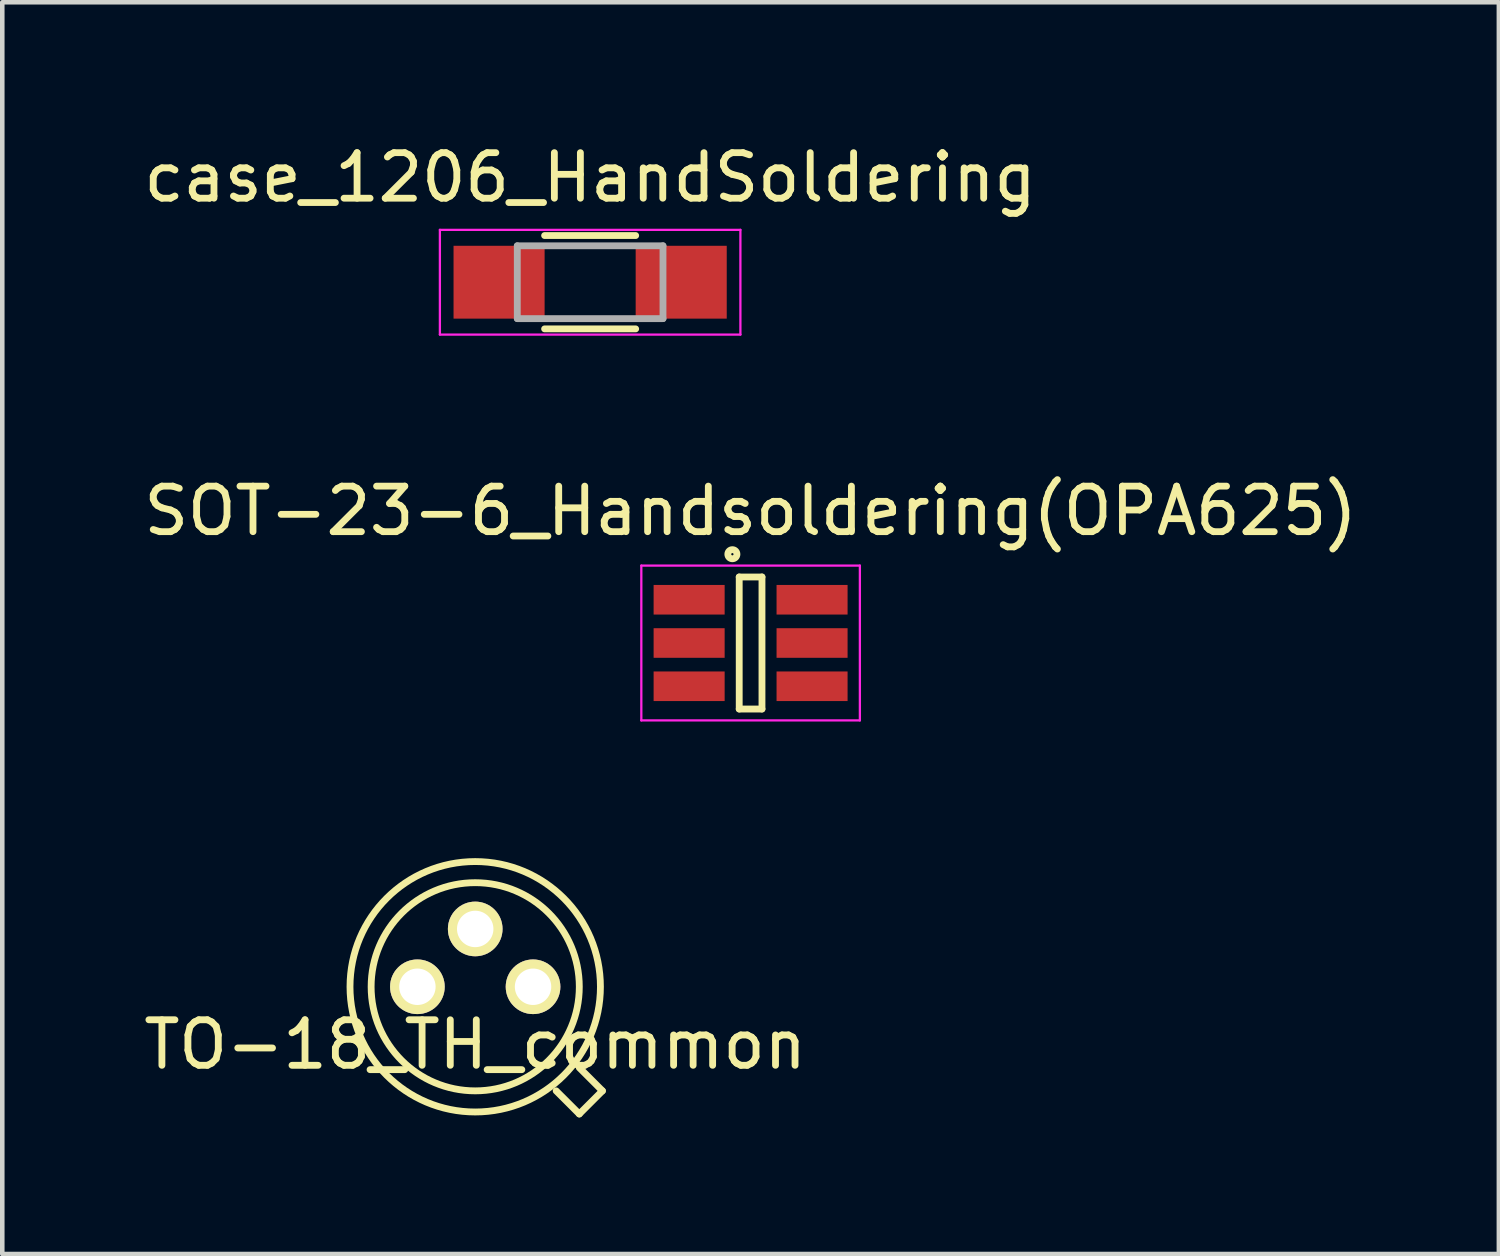
<source format=kicad_pcb>
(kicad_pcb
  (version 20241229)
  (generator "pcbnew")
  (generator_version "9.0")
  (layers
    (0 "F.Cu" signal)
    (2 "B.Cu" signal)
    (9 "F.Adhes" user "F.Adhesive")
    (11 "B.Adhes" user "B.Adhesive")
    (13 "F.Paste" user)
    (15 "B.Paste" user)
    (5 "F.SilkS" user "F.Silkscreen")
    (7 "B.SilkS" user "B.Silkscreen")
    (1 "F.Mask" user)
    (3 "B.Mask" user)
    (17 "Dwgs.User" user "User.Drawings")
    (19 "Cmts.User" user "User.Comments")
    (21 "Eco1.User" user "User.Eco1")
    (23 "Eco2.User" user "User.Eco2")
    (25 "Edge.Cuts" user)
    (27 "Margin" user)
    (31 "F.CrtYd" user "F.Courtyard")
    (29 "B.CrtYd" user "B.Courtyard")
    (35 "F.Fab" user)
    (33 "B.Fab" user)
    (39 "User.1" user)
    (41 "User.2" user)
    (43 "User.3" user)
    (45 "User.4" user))
  (footprint "case_1206_HandSoldering"
    (layer "F.Cu")
    (at 9.911 3.148)
    (property "Reference" "case_1206_HandSoldering" (at 0 -2.3 0) (layer "F.SilkS") (effects (font (size 1 1) (thickness 0.15))))
    (attr smd)
    (fp_line (start -1 1.025) (end 1 1.025) (stroke (width 0.15) (type solid)) (layer "F.SilkS"))
    (fp_line (start 1 -1.025) (end -1 -1.025) (stroke (width 0.15) (type solid)) (layer "F.SilkS"))
    (fp_line (start -3.3 -1.15) (end -3.3 1.15) (stroke (width 0.05) (type solid)) (layer "F.CrtYd"))
    (fp_line (start -3.3 -1.15) (end 3.3 -1.15) (stroke (width 0.05) (type solid)) (layer "F.CrtYd"))
    (fp_line (start -3.3 1.15) (end 3.3 1.15) (stroke (width 0.05) (type solid)) (layer "F.CrtYd"))
    (fp_line (start 3.3 -1.15) (end 3.3 1.15) (stroke (width 0.05) (type solid)) (layer "F.CrtYd"))
    (fp_line (start -1.6 -0.8) (end 1.6 -0.8) (stroke (width 0.15) (type solid)) (layer "F.Fab"))
    (fp_line (start -1.6 0.8) (end -1.6 -0.8) (stroke (width 0.15) (type solid)) (layer "F.Fab"))
    (fp_line (start 1.6 -0.8) (end 1.6 0.8) (stroke (width 0.15) (type solid)) (layer "F.Fab"))
    (fp_line (start 1.6 0.8) (end -1.6 0.8) (stroke (width 0.15) (type solid)) (layer "F.Fab"))
    (pad "1" smd rect (at -2 0) (size 2 1.6) (layers "F.Cu" "F.Mask" "F.Paste"))
    (pad "2" smd rect (at 2 0) (size 2 1.6) (layers "F.Cu" "F.Mask" "F.Paste")))
  (footprint "SOT-23-6_Handsoldering(OPA625)"
    (layer "F.Cu")
    (at 13.435 11.072)
    (property "Reference" "SOT-23-6_Handsoldering(OPA625)" (at 0 -2.9 0) (layer "F.SilkS") (effects (font (size 1 1) (thickness 0.15))))
    (attr smd)
    (fp_line (start -0.25 -1.45) (end -0.25 1.45) (stroke (width 0.15) (type solid)) (layer "F.SilkS"))
    (fp_line (start -0.25 1.45) (end 0.25 1.45) (stroke (width 0.15) (type solid)) (layer "F.SilkS"))
    (fp_line (start 0.25 -1.45) (end -0.25 -1.45) (stroke (width 0.15) (type solid)) (layer "F.SilkS"))
    (fp_line (start 0.25 1.45) (end 0.25 -1.45) (stroke (width 0.15) (type solid)) (layer "F.SilkS"))
    (fp_circle (center -0.4 -1.95) (end -0.3 -1.95) (stroke (width 0.15) (type solid)) (fill no) (layer "F.SilkS"))
    (fp_line (start -2.4 -1.7) (end 2.4 -1.7) (stroke (width 0.05) (type solid)) (layer "F.CrtYd"))
    (fp_line (start -2.4 1.7) (end -2.4 -1.7) (stroke (width 0.05) (type solid)) (layer "F.CrtYd"))
    (fp_line (start 2.4 -1.7) (end 2.4 1.7) (stroke (width 0.05) (type solid)) (layer "F.CrtYd"))
    (fp_line (start 2.4 1.7) (end -2.4 1.7) (stroke (width 0.05) (type solid)) (layer "F.CrtYd"))
    (pad "1" smd rect (at -1.35 -0.95) (size 1.56 0.65) (layers "F.Cu" "F.Mask" "F.Paste"))
    (pad "2" smd rect (at -1.35 0) (size 1.56 0.65) (layers "F.Cu" "F.Mask" "F.Paste"))
    (pad "3" smd rect (at -1.35 0.95) (size 1.56 0.65) (layers "F.Cu" "F.Mask" "F.Paste"))
    (pad "4" smd rect (at 1.35 0.95) (size 1.56 0.65) (layers "F.Cu" "F.Mask" "F.Paste"))
    (pad "5" smd rect (at 1.35 0) (size 1.56 0.65) (layers "F.Cu" "F.Mask" "F.Paste"))
    (pad "6" smd rect (at 1.35 -0.95) (size 1.56 0.65) (layers "F.Cu" "F.Mask" "F.Paste")))
  (footprint "TO-18_TH_common"
    (layer "F.Cu")
    (at 7.387 18.622)
    (property "Reference" "TO-18_TH_common" (at 0 1.27 0) (layer "F.SilkS") (effects (font (size 1 1) (thickness 0.15))))
    (attr through_hole)
    (fp_line (start 1.778 2.286) (end 2.286 2.794) (stroke (width 0.15) (type solid)) (layer "F.SilkS"))
    (fp_line (start 2.286 2.794) (end 2.794 2.286) (stroke (width 0.15) (type solid)) (layer "F.SilkS"))
    (fp_line (start 2.794 2.286) (end 2.286 1.778) (stroke (width 0.15) (type solid)) (layer "F.SilkS"))
    (fp_circle (center 0 0) (end 2.286 0) (stroke (width 0.15) (type solid)) (fill no) (layer "F.SilkS"))
    (fp_circle (center 0 0) (end 2.75 0) (stroke (width 0.15) (type solid)) (fill no) (layer "F.SilkS"))
    (pad "1" thru_hole circle (at 1.27 0) (size 1.2 1.2) (drill 0.8) (layers "*.Cu" "*.Mask" "F.SilkS"))
    (pad "2" thru_hole circle (at 0 -1.27) (size 1.2 1.2) (drill 0.8) (layers "*.Cu" "*.Mask" "F.SilkS"))
    (pad "3" thru_hole circle (at -1.27 0) (size 1.2 1.2) (drill 0.8) (layers "*.Cu" "*.Mask" "F.SilkS")))
  (gr_rect
    (start -3 -3)
    (end 29.869 24.491)
    (stroke (width 0.1) (type default))
    (fill no)
    (layer "Edge.Cuts")))
</source>
